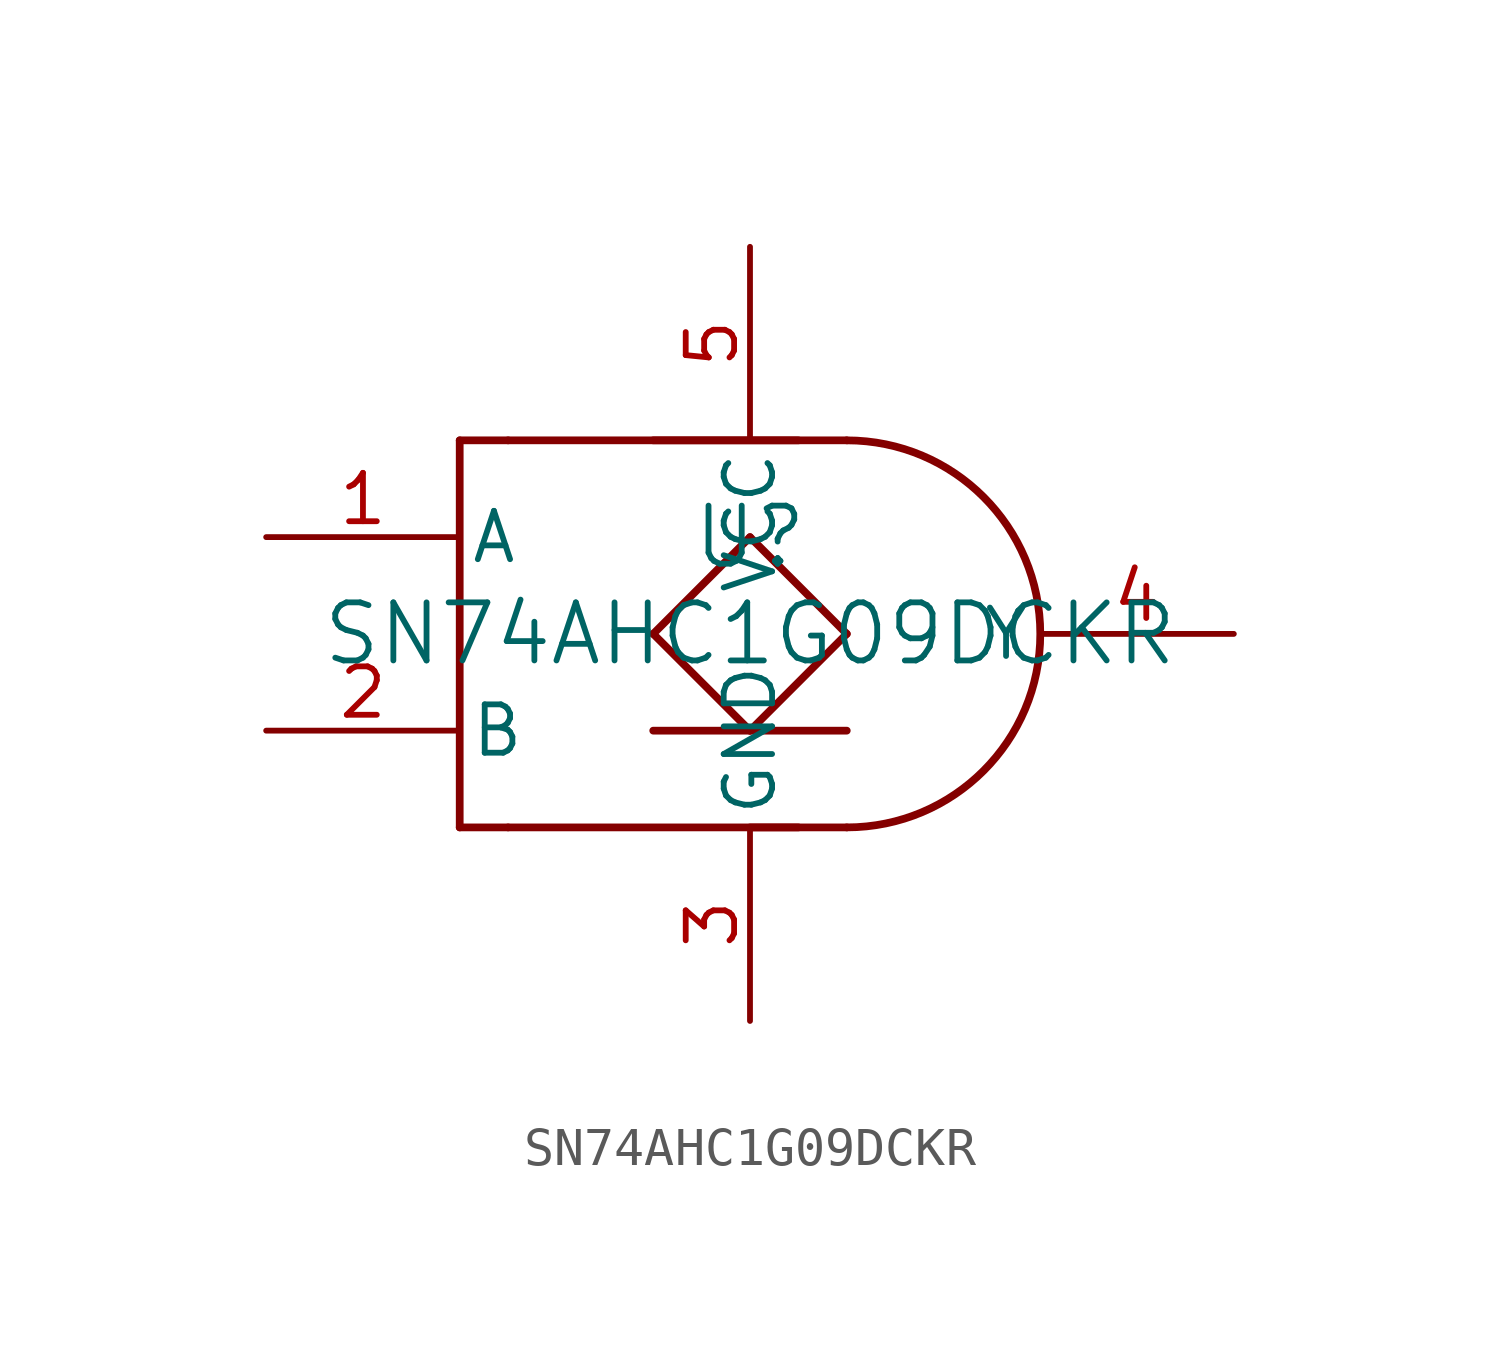
<source format=kicad_sym>
(kicad_symbol_lib
  (version 20211014)
  (generator kicad_symbol_editor)
  (symbol "SN74AHC1G09DCKR"
    (pin_names
      (offset 0.254))
    (property "Reference" "U"
      (at 0 2.54 0)
      (effects (font (size 1.524 1.524))))
    (property "Value" "SN74AHC1G09DCKR"
      (at 0 0 0)
      (effects (font (size 1.524 1.524))))
    (symbol "SN74AHC1G09DCKR_0_1"
      (polyline (pts (xy -6.35 -5.08) (xy -7.62 -5.08)) (stroke (width 0.203) (type default) (color 0 0 0 0)) (fill (type none)))
      (polyline (pts (xy -7.62 -5.08) (xy -7.62 5.08)) (stroke (width 0.203) (type default) (color 0 0 0 0)) (fill (type none)))
      (polyline (pts (xy -7.62 5.08) (xy -6.35 5.08)) (stroke (width 0.203) (type default) (color 0 0 0 0)) (fill (type none)))
      (polyline (pts (xy -6.35 5.08) (xy 1.27 5.08)) (stroke (width 0.203) (type default) (color 0 0 0 0)) (fill (type none)))
      (polyline (pts (xy -6.35 -5.08) (xy 1.27 -5.08)) (stroke (width 0.203) (type default) (color 0 0 0 0)) (fill (type none)))
      (polyline (pts (xy 2.54 5.08) (xy -2.54 5.08)) (stroke (width 0.203) (type default) (color 0 0 0 0)) (fill (type none)))
      (polyline (pts (xy 2.54 -5.08) (xy 0 -5.08)) (stroke (width 0.203) (type default) (color 0 0 0 0)) (fill (type none)))
      (polyline (pts (xy -2.54 -2.54) (xy 2.54 -2.54)) (stroke (width 0.203) (type default) (color 0 0 0 0)) (fill (type none)))
      (polyline (pts (xy 0 -2.54) (xy -2.54 0)) (stroke (width 0.203) (type default) (color 0 0 0 0)) (fill (type none)))
      (polyline (pts (xy -2.54 0) (xy 0 2.54)) (stroke (width 0.203) (type default) (color 0 0 0 0)) (fill (type none)))
      (polyline (pts (xy 0 2.54) (xy 2.54 0)) (stroke (width 0.203) (type default) (color 0 0 0 0)) (fill (type none)))
      (polyline (pts (xy 2.54 0) (xy 0 -2.54)) (stroke (width 0.203) (type default) (color 0 0 0 0)) (fill (type none)))
      (arc (start 2.54 -5.08) (mid 7.62 0) (end 2.54 5.08) (stroke (width 0.2032) (type default) (color 0 0 0 0)) (fill (type none)))
      (pin input line (at -12.7 2.54 0) (length 5.08) (name "A" (effects (font (size 1.27 1.27)))) (number "1" (effects (font (size 1.27 1.27)))))
      (pin input line (at -12.7 -2.54 0) (length 5.08) (name "B" (effects (font (size 1.27 1.27)))) (number "2" (effects (font (size 1.27 1.27)))))
      (pin power_in line (at 0 -10.16 90) (length 5.08) (name "GND" (effects (font (size 1.27 1.27)))) (number "3" (effects (font (size 1.27 1.27)))))
      (pin open_collector line (at 12.7 0 180) (length 5.08) (name "Y" (effects (font (size 1.27 1.27)))) (number "4" (effects (font (size 1.27 1.27)))))
      (pin power_in line (at 0 10.16 270) (length 5.08) (name "VCC" (effects (font (size 1.27 1.27)))) (number "5" (effects (font (size 1.27 1.27))))))))
</source>
